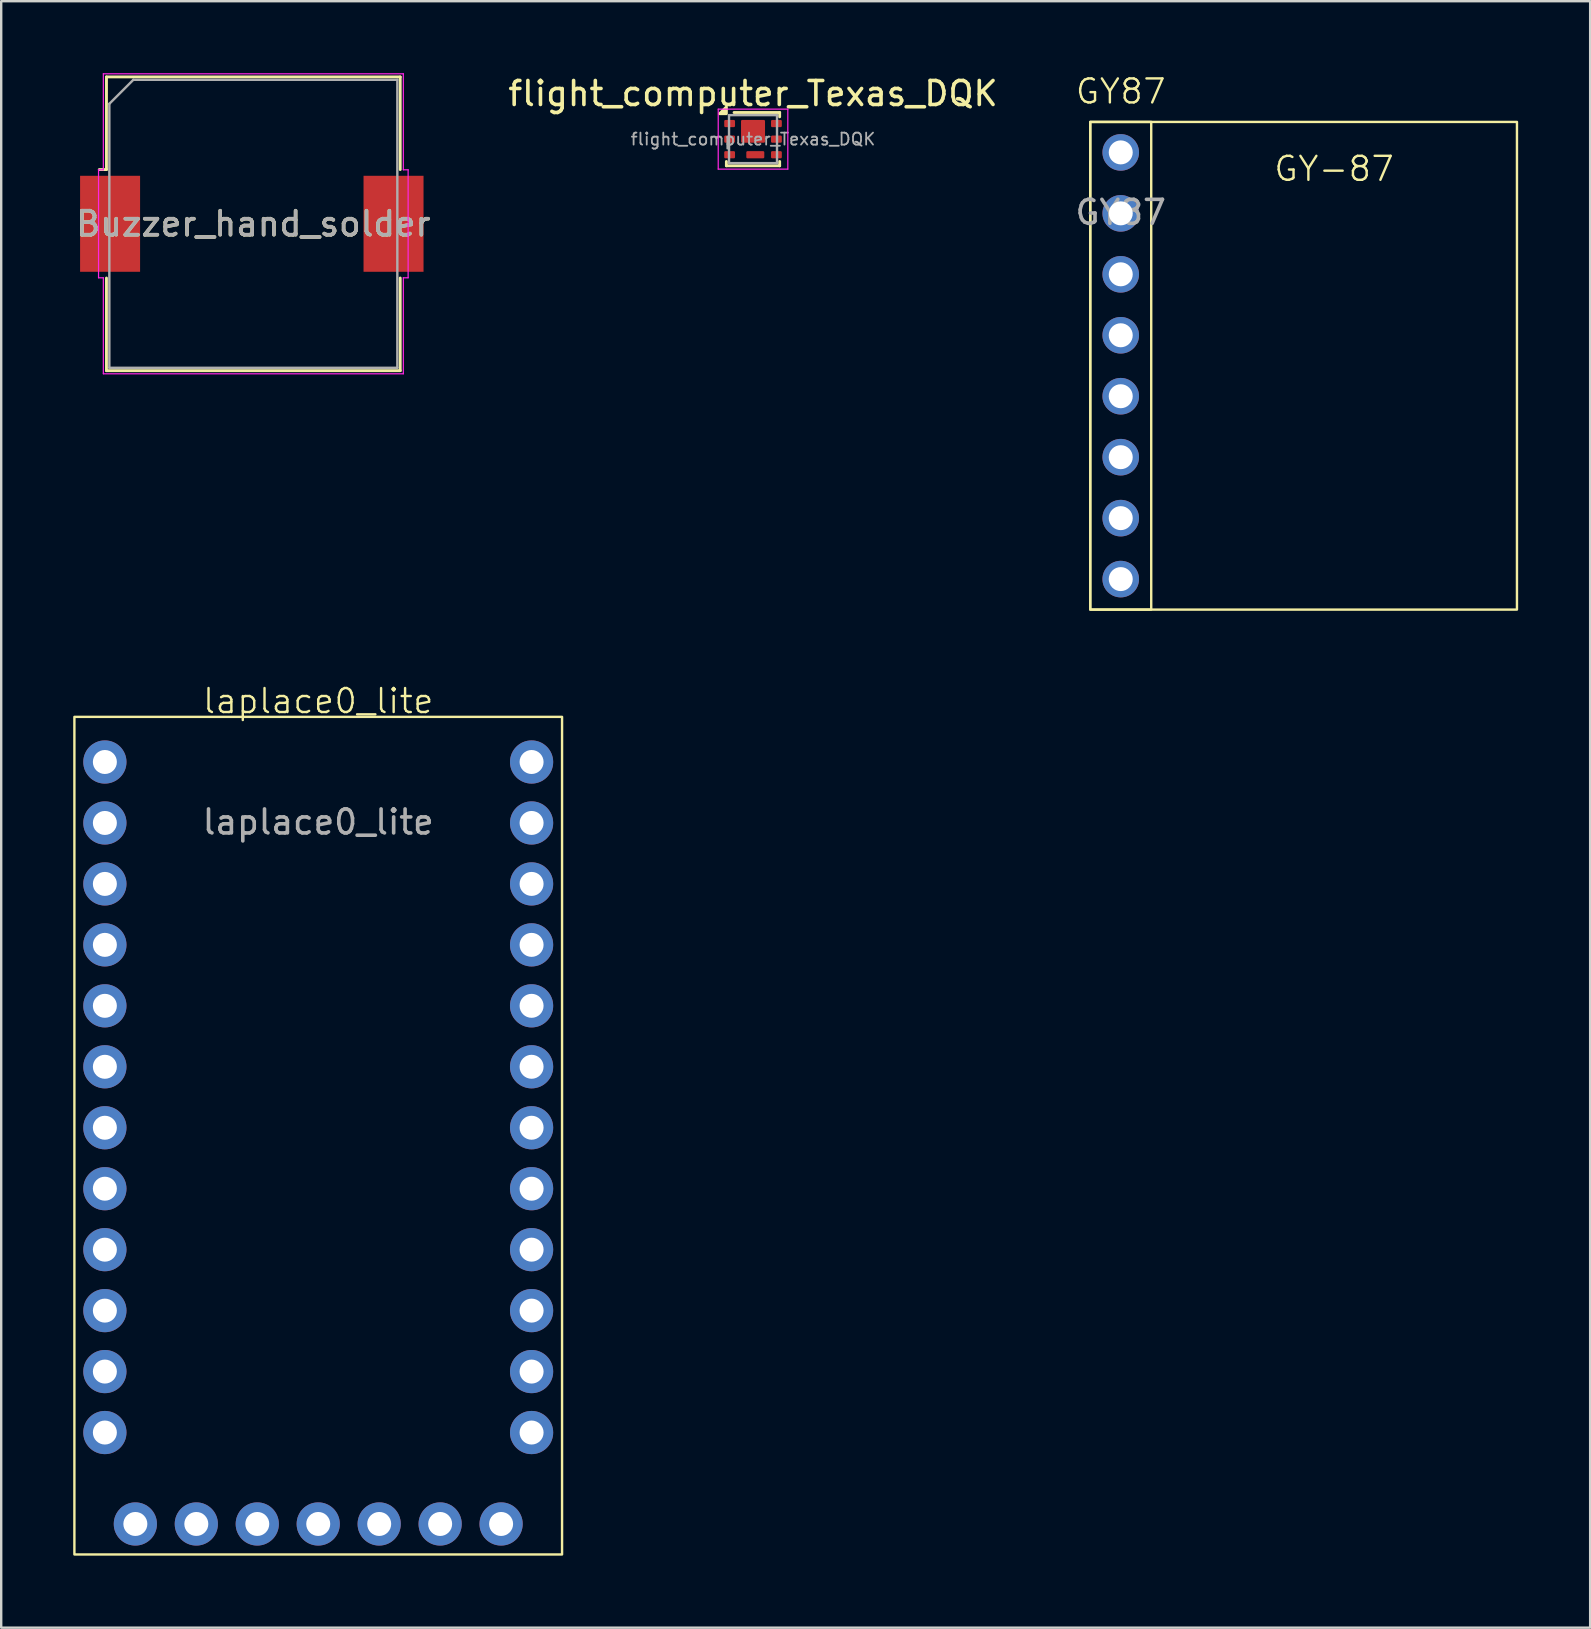
<source format=kicad_pcb>
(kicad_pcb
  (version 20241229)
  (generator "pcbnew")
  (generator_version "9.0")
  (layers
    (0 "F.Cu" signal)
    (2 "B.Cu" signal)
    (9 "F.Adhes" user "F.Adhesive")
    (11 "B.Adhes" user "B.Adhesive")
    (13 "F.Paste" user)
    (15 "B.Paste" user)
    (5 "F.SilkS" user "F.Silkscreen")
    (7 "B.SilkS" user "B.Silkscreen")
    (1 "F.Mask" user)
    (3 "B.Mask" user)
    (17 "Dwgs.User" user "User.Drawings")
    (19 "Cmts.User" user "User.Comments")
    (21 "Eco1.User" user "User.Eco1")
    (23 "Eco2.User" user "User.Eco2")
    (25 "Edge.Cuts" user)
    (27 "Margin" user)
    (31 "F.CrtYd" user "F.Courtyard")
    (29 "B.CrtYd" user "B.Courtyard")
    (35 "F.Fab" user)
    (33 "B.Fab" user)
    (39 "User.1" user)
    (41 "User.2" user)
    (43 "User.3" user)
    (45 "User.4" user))
  (footprint "flight_computer_Texas_DQK"
    (layer "F.Cu")
    (at 28.327 2.748)
    (property "Reference" "flight_computer_Texas_DQK" (at 0 -1.9 0) (layer "F.SilkS") (effects (font (size 1 1) (thickness 0.15))))
    (attr smd)
    (fp_line (start -1.11 0.93) (end -1.11 1.11) (stroke (width 0.12) (type solid)) (layer "F.SilkS"))
    (fp_line (start -1.11 1.11) (end 1.11 1.11) (stroke (width 0.12) (type solid)) (layer "F.SilkS"))
    (fp_line (start -0.79 -1.11) (end 1.11 -1.11) (stroke (width 0.12) (type solid)) (layer "F.SilkS"))
    (fp_line (start 1.11 -1.11) (end 1.11 -0.93) (stroke (width 0.12) (type solid)) (layer "F.SilkS"))
    (fp_line (start 1.11 0.93) (end 1.11 1.11) (stroke (width 0.12) (type solid)) (layer "F.SilkS"))
    (fp_poly (pts (xy -1.11 -1.06) (xy -1.39 -1.06) (xy -1.11 -1.34) (xy -1.11 -1.06)) (stroke (width 0.12) (type solid)) (fill yes) (layer "F.SilkS"))
    (fp_line (start -1.45 -1.25) (end -1.45 1.25) (stroke (width 0.05) (type solid)) (layer "F.CrtYd"))
    (fp_line (start -1.45 -1.25) (end 1.45 -1.25) (stroke (width 0.05) (type solid)) (layer "F.CrtYd"))
    (fp_line (start -1.45 1.25) (end 1.45 1.25) (stroke (width 0.05) (type solid)) (layer "F.CrtYd"))
    (fp_line (start 1.45 -1.25) (end 1.45 1.25) (stroke (width 0.05) (type solid)) (layer "F.CrtYd"))
    (fp_line (start -1 -1) (end -1 1) (stroke (width 0.1) (type solid)) (layer "F.Fab"))
    (fp_line (start -1 -1) (end 1 -1) (stroke (width 0.1) (type solid)) (layer "F.Fab"))
    (fp_line (start -1 1) (end 1 1) (stroke (width 0.1) (type solid)) (layer "F.Fab"))
    (fp_line (start 1 -1) (end 1 1) (stroke (width 0.1) (type solid)) (layer "F.Fab"))
    (fp_text user "${REFERENCE}" (at 0 0 0) (layer "F.Fab") (effects (font (size 0.5 0.5) (thickness 0.075))))
    (pad "" smd roundrect (at 0 -0.325) (size 0.9 0.86) (layers "F.Paste") (roundrect_rratio 0.058))
    (pad "" smd roundrect (at 0.095 0.65) (size 0.7 0.29) (layers "F.Paste") (roundrect_rratio 0.172))
    (pad "1" smd roundrect (at -0.975 0.65) (size 0.45 0.3) (layers "F.Cu" "F.Mask" "F.Paste") (roundrect_rratio 0.167))
    (pad "2" smd roundrect (at 0.095 0.65) (size 0.75 0.3) (layers "F.Cu" "F.Mask") (roundrect_rratio 0.167))
    (pad "2" smd roundrect (at 0.975 0.65) (size 0.45 0.3) (layers "F.Cu" "F.Mask" "F.Paste") (roundrect_rratio 0.167))
    (pad "3" smd roundrect (at -0.975 -0.65) (size 0.45 0.3) (layers "F.Cu" "F.Mask" "F.Paste") (roundrect_rratio 0.167))
    (pad "3" smd roundrect (at -0.975 0) (size 0.45 0.3) (layers "F.Cu" "F.Mask" "F.Paste") (roundrect_rratio 0.167))
    (pad "3" smd roundrect (at 0 -0.325) (size 1 0.95) (layers "F.Cu" "F.Mask") (roundrect_rratio 0.053))
    (pad "3" smd roundrect (at 0.975 -0.65) (size 0.45 0.3) (layers "F.Cu" "F.Mask" "F.Paste") (roundrect_rratio 0.167))
    (pad "3" smd roundrect (at 0.975 0) (size 0.45 0.3) (layers "F.Cu" "F.Mask" "F.Paste") (roundrect_rratio 0.167)))
  (footprint "GY87"
    (layer "F.Cu")
    (at 43.649 3.3)
    (property "Reference" "GY87" (at 0 -2.54 0) (unlocked yes) (layer "F.SilkS") (effects (font (size 1 1) (thickness 0.1))))
    (attr through_hole)
    (fp_rect (start -1.27 -1.27) (end 1.27 19.05) (stroke (width 0.1) (type default)) (fill no) (layer "F.SilkS"))
    (fp_rect (start -1.27 -1.27) (end 16.51 19.05) (stroke (width 0.1) (type default)) (fill no) (layer "F.SilkS"))
    (fp_text user "GY-87" (at 8.89 1.27 0) (unlocked yes) (layer "F.SilkS") (effects (font (size 1 1) (thickness 0.1)) (justify bottom)))
    (fp_text user "${REFERENCE}" (at 0 2.5 0) (unlocked yes) (layer "F.Fab") (effects (font (size 1 1) (thickness 0.15))))
    (pad "1" thru_hole circle (at 0 0) (size 1.524 1.524) (drill 1) (layers "*.Cu" "*.Mask"))
    (pad "2" thru_hole circle (at 0 2.54) (size 1.524 1.524) (drill 1) (layers "*.Cu" "*.Mask"))
    (pad "3" thru_hole circle (at 0 5.08) (size 1.524 1.524) (drill 1) (layers "*.Cu" "*.Mask"))
    (pad "4" thru_hole circle (at 0 7.62) (size 1.524 1.524) (drill 1) (layers "*.Cu" "*.Mask"))
    (pad "5" thru_hole circle (at 0 10.16) (size 1.524 1.524) (drill 1) (layers "*.Cu" "*.Mask"))
    (pad "6" thru_hole circle (at 0 12.7) (size 1.524 1.524) (drill 1) (layers "*.Cu" "*.Mask"))
    (pad "7" thru_hole circle (at 0 15.24) (size 1.524 1.524) (drill 1) (layers "*.Cu" "*.Mask"))
    (pad "8" thru_hole circle (at 0 17.78) (size 1.524 1.524) (drill 1) (layers "*.Cu" "*.Mask")))
  (footprint "laplace0_lite"
    (layer "F.Cu")
    (at 10.21 28.701)
    (property "Reference" "laplace0_lite" (at 0 -2.54 0) (unlocked yes) (layer "F.SilkS") (effects (font (size 1 1) (thickness 0.1))))
    (attr through_hole)
    (fp_rect (start -10.16 -1.88) (end 10.16 33.02) (stroke (width 0.1) (type default)) (fill no) (layer "F.SilkS"))
    (fp_text user "${REFERENCE}" (at 0 2.5 0) (unlocked yes) (layer "F.Fab") (effects (font (size 1 1) (thickness 0.15))))
    (pad "1" thru_hole circle (at 8.89 0) (size 1.8 1.8) (drill 1) (layers "*.Cu" "*.Mask"))
    (pad "2" thru_hole circle (at 8.89 2.54) (size 1.8 1.8) (drill 1) (layers "*.Cu" "*.Mask"))
    (pad "3" thru_hole circle (at 8.89 5.08) (size 1.8 1.8) (drill 1) (layers "*.Cu" "*.Mask"))
    (pad "4" thru_hole circle (at 8.89 7.62) (size 1.8 1.8) (drill 1) (layers "*.Cu" "*.Mask"))
    (pad "5" thru_hole circle (at 8.89 10.16) (size 1.8 1.8) (drill 1) (layers "*.Cu" "*.Mask"))
    (pad "6" thru_hole circle (at 8.89 12.7) (size 1.8 1.8) (drill 1) (layers "*.Cu" "*.Mask"))
    (pad "7" thru_hole circle (at 8.89 15.24) (size 1.8 1.8) (drill 1) (layers "*.Cu" "*.Mask"))
    (pad "8" thru_hole circle (at 8.89 17.78) (size 1.8 1.8) (drill 1) (layers "*.Cu" "*.Mask"))
    (pad "9" thru_hole circle (at 8.89 20.32) (size 1.8 1.8) (drill 1) (layers "*.Cu" "*.Mask"))
    (pad "10" thru_hole circle (at 8.89 22.86) (size 1.8 1.8) (drill 1) (layers "*.Cu" "*.Mask"))
    (pad "11" thru_hole circle (at 8.89 25.4) (size 1.8 1.8) (drill 1) (layers "*.Cu" "*.Mask"))
    (pad "12" thru_hole circle (at 8.89 27.94) (size 1.8 1.8) (drill 1) (layers "*.Cu" "*.Mask"))
    (pad "13" thru_hole circle (at 7.62 31.75) (size 1.8 1.8) (drill 1) (layers "*.Cu" "*.Mask"))
    (pad "14" thru_hole circle (at 5.08 31.75) (size 1.8 1.8) (drill 1) (layers "*.Cu" "*.Mask"))
    (pad "15" thru_hole circle (at 2.54 31.75) (size 1.8 1.8) (drill 1) (layers "*.Cu" "*.Mask"))
    (pad "16" thru_hole circle (at 0 31.75) (size 1.8 1.8) (drill 1) (layers "*.Cu" "*.Mask"))
    (pad "17" thru_hole circle (at -2.54 31.75) (size 1.8 1.8) (drill 1) (layers "*.Cu" "*.Mask"))
    (pad "18" thru_hole circle (at -5.08 31.75) (size 1.8 1.8) (drill 1) (layers "*.Cu" "*.Mask"))
    (pad "19" thru_hole circle (at -7.62 31.75) (size 1.8 1.8) (drill 1) (layers "*.Cu" "*.Mask"))
    (pad "20" thru_hole circle (at -8.89 27.94) (size 1.8 1.8) (drill 1) (layers "*.Cu" "*.Mask"))
    (pad "21" thru_hole circle (at -8.89 25.4) (size 1.8 1.8) (drill 1) (layers "*.Cu" "*.Mask"))
    (pad "22" thru_hole circle (at -8.89 22.86) (size 1.8 1.8) (drill 1) (layers "*.Cu" "*.Mask"))
    (pad "23" thru_hole circle (at -8.89 20.32) (size 1.8 1.8) (drill 1) (layers "*.Cu" "*.Mask"))
    (pad "24" thru_hole circle (at -8.89 17.78) (size 1.8 1.8) (drill 1) (layers "*.Cu" "*.Mask"))
    (pad "25" thru_hole circle (at -8.89 15.24) (size 1.8 1.8) (drill 1) (layers "*.Cu" "*.Mask"))
    (pad "26" thru_hole circle (at -8.89 12.7) (size 1.8 1.8) (drill 1) (layers "*.Cu" "*.Mask"))
    (pad "27" thru_hole circle (at -8.89 10.16) (size 1.8 1.8) (drill 1) (layers "*.Cu" "*.Mask"))
    (pad "28" thru_hole circle (at -8.89 7.62) (size 1.8 1.8) (drill 1) (layers "*.Cu" "*.Mask"))
    (pad "29" thru_hole circle (at -8.89 5.08) (size 1.8 1.8) (drill 1) (layers "*.Cu" "*.Mask"))
    (pad "30" thru_hole circle (at -8.89 2.54) (size 1.8 1.8) (drill 1) (layers "*.Cu" "*.Mask"))
    (pad "31" thru_hole circle (at -8.89 0) (size 1.8 1.8) (drill 1) (layers "*.Cu" "*.Mask")))
  (footprint "Buzzer_hand_solder"
    (layer "F.Cu")
    (at 7.506 6.275)
    (property "Reference" "Buzzer_hand_solder" (at 0 0 0) (layer "F.SilkS") (effects (font (size 1 1) (thickness 0.15))))
    (attr smd)
    (fp_line (start -6.12 -6.12) (end 6.12 -6.12) (stroke (width 0.12) (type solid)) (layer "F.SilkS"))
    (fp_line (start -6.12 -2.26) (end -6.42 -2.26) (stroke (width 0.12) (type solid)) (layer "F.SilkS"))
    (fp_line (start -6.12 -2.26) (end -6.12 -6.12) (stroke (width 0.12) (type solid)) (layer "F.SilkS"))
    (fp_line (start -6.12 6.12) (end -6.12 2.26) (stroke (width 0.12) (type solid)) (layer "F.SilkS"))
    (fp_line (start 6.12 -6.12) (end 6.12 -2.26) (stroke (width 0.12) (type solid)) (layer "F.SilkS"))
    (fp_line (start 6.12 2.26) (end 6.12 6.12) (stroke (width 0.12) (type solid)) (layer "F.SilkS"))
    (fp_line (start 6.12 6.12) (end -6.12 6.12) (stroke (width 0.12) (type solid)) (layer "F.SilkS"))
    (fp_line (start -6.45 2.25) (end -6.45 -2.25) (stroke (width 0.05) (type solid)) (layer "F.CrtYd"))
    (fp_line (start -6.25 -6.25) (end 6.25 -6.25) (stroke (width 0.05) (type solid)) (layer "F.CrtYd"))
    (fp_line (start -6.25 -2.25) (end -6.45 -2.25) (stroke (width 0.05) (type solid)) (layer "F.CrtYd"))
    (fp_line (start -6.25 -2.25) (end -6.25 -6.25) (stroke (width 0.05) (type solid)) (layer "F.CrtYd"))
    (fp_line (start -6.25 2.25) (end -6.45 2.25) (stroke (width 0.05) (type solid)) (layer "F.CrtYd"))
    (fp_line (start -6.25 6.25) (end -6.25 2.25) (stroke (width 0.05) (type solid)) (layer "F.CrtYd"))
    (fp_line (start 6.25 -2.25) (end 6.25 -6.25) (stroke (width 0.05) (type solid)) (layer "F.CrtYd"))
    (fp_line (start 6.25 -2.25) (end 6.45 -2.25) (stroke (width 0.05) (type solid)) (layer "F.CrtYd"))
    (fp_line (start 6.25 2.25) (end 6.45 2.25) (stroke (width 0.05) (type solid)) (layer "F.CrtYd"))
    (fp_line (start 6.25 6.25) (end -6.25 6.25) (stroke (width 0.05) (type solid)) (layer "F.CrtYd"))
    (fp_line (start 6.25 6.25) (end 6.25 2.25) (stroke (width 0.05) (type solid)) (layer "F.CrtYd"))
    (fp_line (start 6.45 2.25) (end 6.45 -2.25) (stroke (width 0.05) (type solid)) (layer "F.CrtYd"))
    (fp_line (start -6 -5) (end -5 -6) (stroke (width 0.1) (type solid)) (layer "F.Fab"))
    (fp_line (start -6 6) (end -6 -5) (stroke (width 0.1) (type solid)) (layer "F.Fab"))
    (fp_line (start -5 -6) (end 6 -6) (stroke (width 0.1) (type solid)) (layer "F.Fab"))
    (fp_line (start 6 -6) (end 6 6) (stroke (width 0.1) (type solid)) (layer "F.Fab"))
    (fp_line (start 6 6) (end -6 6) (stroke (width 0.1) (type solid)) (layer "F.Fab"))
    (fp_text user "${REFERENCE}" (at 0 0 0) (layer "F.Fab") (effects (font (size 1 1) (thickness 0.15))))
    (pad "1" smd rect (at -5.969 0) (size 2.5 4) (layers "F.Cu" "F.Mask" "F.Paste"))
    (pad "2" smd rect (at 5.842 0) (size 2.5 4) (layers "F.Cu" "F.Mask" "F.Paste")))
  (gr_rect
    (start -3 -3)
    (end 63.209 64.771)
    (stroke (width 0.1) (type default))
    (fill no)
    (layer "Edge.Cuts")))
</source>
